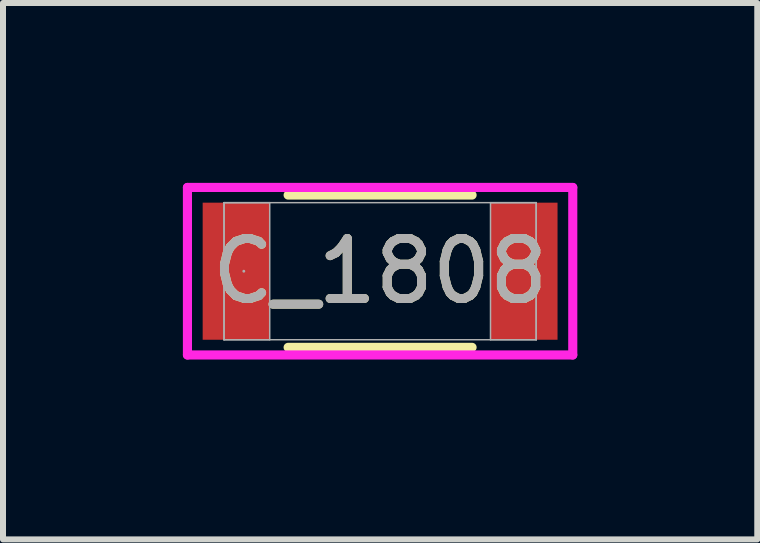
<source format=kicad_pcb>
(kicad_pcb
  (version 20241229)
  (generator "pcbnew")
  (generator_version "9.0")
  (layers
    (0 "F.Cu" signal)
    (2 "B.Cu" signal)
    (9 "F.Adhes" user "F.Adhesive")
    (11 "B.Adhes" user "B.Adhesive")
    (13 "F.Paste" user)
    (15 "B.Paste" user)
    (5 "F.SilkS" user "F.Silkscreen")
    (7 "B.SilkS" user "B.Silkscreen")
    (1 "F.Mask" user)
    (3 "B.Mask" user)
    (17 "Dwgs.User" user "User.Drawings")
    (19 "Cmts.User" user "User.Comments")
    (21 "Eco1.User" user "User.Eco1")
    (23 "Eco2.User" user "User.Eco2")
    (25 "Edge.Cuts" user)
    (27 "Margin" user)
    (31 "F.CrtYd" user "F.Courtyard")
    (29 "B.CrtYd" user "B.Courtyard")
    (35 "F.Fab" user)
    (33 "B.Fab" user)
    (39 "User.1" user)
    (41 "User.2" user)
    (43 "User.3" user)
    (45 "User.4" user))
  (footprint "C_1808"
    (layer "F.Cu")
    (at 3.289 1.473)
    (property "Reference" "C_1808" (at 0 0 0) (unlocked yes) (layer "F.SilkS") (effects (font (size 1 1) (thickness 0.15))))
    (attr smd)
    (fp_line (start -1.534 1.27) (end 1.534 1.27) (stroke (width 0.152) (type solid)) (layer "F.SilkS"))
    (fp_line (start 1.534 -1.27) (end -1.534 -1.27) (stroke (width 0.152) (type solid)) (layer "F.SilkS"))
    (fp_line (start -3.213 -1.397) (end 3.213 -1.397) (stroke (width 0.152) (type solid)) (layer "F.CrtYd"))
    (fp_line (start -3.213 1.397) (end -3.213 -1.397) (stroke (width 0.152) (type solid)) (layer "F.CrtYd"))
    (fp_line (start 3.213 -1.397) (end 3.213 1.397) (stroke (width 0.152) (type solid)) (layer "F.CrtYd"))
    (fp_line (start 3.213 1.397) (end -3.213 1.397) (stroke (width 0.152) (type solid)) (layer "F.CrtYd"))
    (fp_line (start -2.603 -1.143) (end -2.603 1.143) (stroke (width 0.025) (type solid)) (layer "F.Fab"))
    (fp_line (start -2.603 -1.143) (end -2.603 1.143) (stroke (width 0.025) (type solid)) (layer "F.Fab"))
    (fp_line (start -2.603 1.143) (end -1.841 1.143) (stroke (width 0.025) (type solid)) (layer "F.Fab"))
    (fp_line (start -2.603 1.143) (end 2.603 1.143) (stroke (width 0.025) (type solid)) (layer "F.Fab"))
    (fp_line (start -1.841 -1.143) (end -2.603 -1.143) (stroke (width 0.025) (type solid)) (layer "F.Fab"))
    (fp_line (start -1.841 1.143) (end -1.841 -1.143) (stroke (width 0.025) (type solid)) (layer "F.Fab"))
    (fp_line (start 1.841 -1.143) (end 1.841 1.143) (stroke (width 0.025) (type solid)) (layer "F.Fab"))
    (fp_line (start 1.841 1.143) (end 2.603 1.143) (stroke (width 0.025) (type solid)) (layer "F.Fab"))
    (fp_line (start 2.603 -1.143) (end -2.603 -1.143) (stroke (width 0.025) (type solid)) (layer "F.Fab"))
    (fp_line (start 2.603 -1.143) (end 1.841 -1.143) (stroke (width 0.025) (type solid)) (layer "F.Fab"))
    (fp_line (start 2.603 1.143) (end 2.603 -1.143) (stroke (width 0.025) (type solid)) (layer "F.Fab"))
    (fp_line (start 2.603 1.143) (end 2.603 -1.143) (stroke (width 0.025) (type solid)) (layer "F.Fab"))
    (fp_circle (center -2.273 0) (end -2.273 0) (stroke (width 0.025) (type solid)) (fill no) (layer "F.Fab"))
    (fp_text user "${REFERENCE}" (at 0 0 0) (unlocked yes) (layer "F.Fab") (effects (font (size 1 1) (thickness 0.15))))
    (pad "1" smd rect (at -2.4 0) (size 1.118 2.286) (layers "F.Cu" "F.Mask" "F.Paste"))
    (pad "2" smd rect (at 2.4 0) (size 1.118 2.286) (layers "F.Cu" "F.Mask" "F.Paste"))
    (zone (net_name "") (layer "F.Cu") (hatch full 0.508) (connect_pads) (min_thickness 0.254) (filled_areas_thickness no) (keepout (tracks not_allowed) (vias not_allowed) (pads allowed) (copperpour not_allowed) (footprints allowed)) (placement (enabled no)) (fill) (polygon (pts (xy 1.499 0.381) (xy 5.08 0.381) (xy 5.08 2.565) (xy 1.499 2.565)))))
  (gr_rect
    (start -3 -3)
    (end 9.579 5.946)
    (stroke (width 0.1) (type default))
    (fill no)
    (layer "Edge.Cuts")))
</source>
